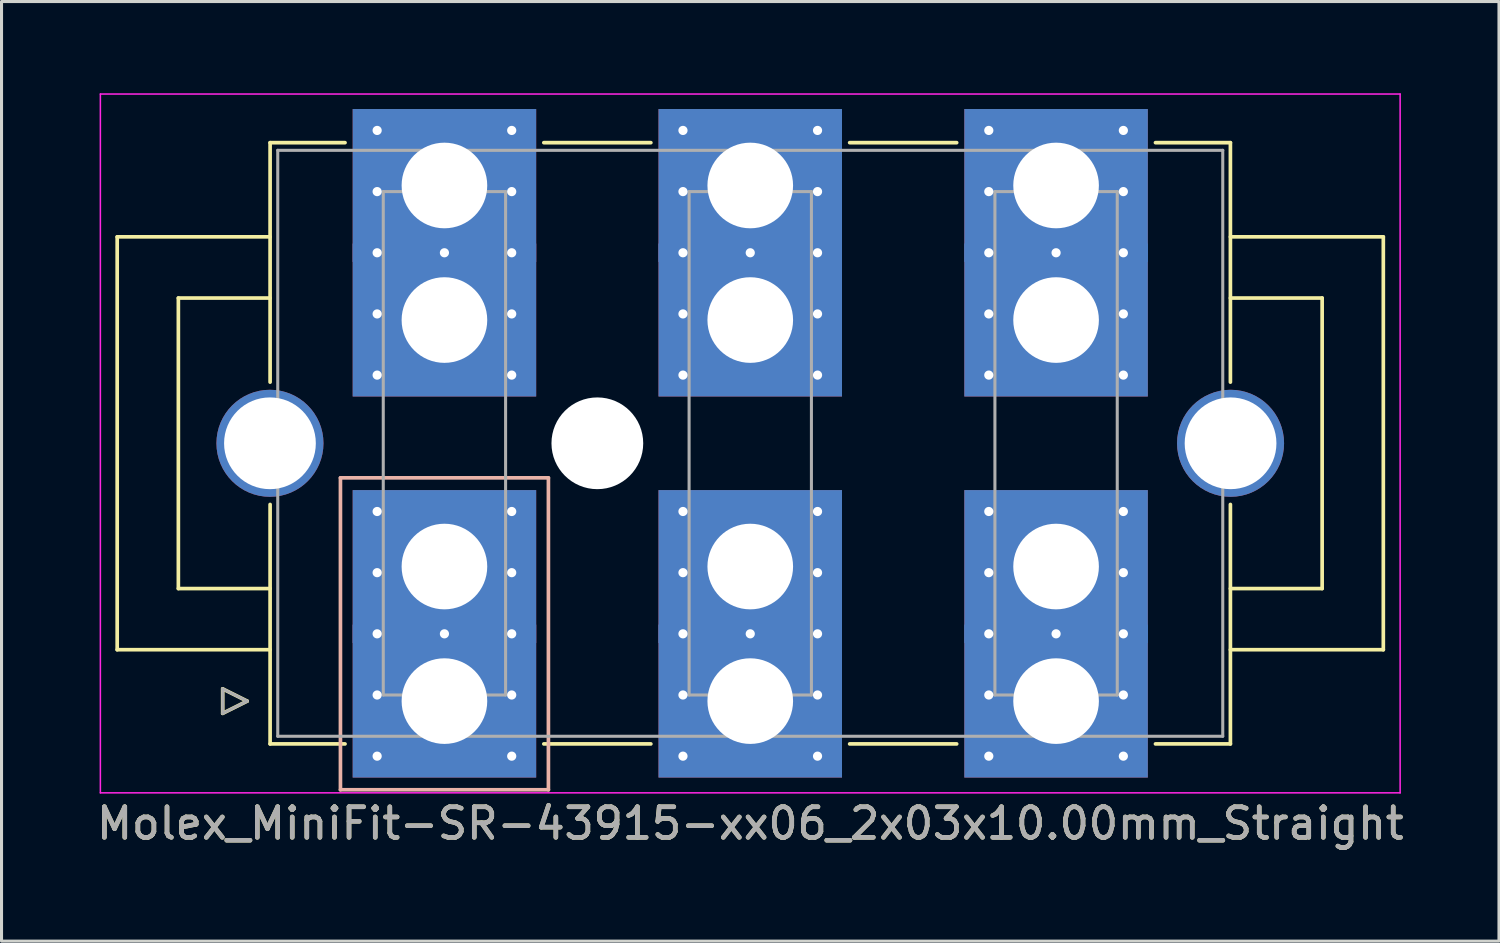
<source format=kicad_pcb>
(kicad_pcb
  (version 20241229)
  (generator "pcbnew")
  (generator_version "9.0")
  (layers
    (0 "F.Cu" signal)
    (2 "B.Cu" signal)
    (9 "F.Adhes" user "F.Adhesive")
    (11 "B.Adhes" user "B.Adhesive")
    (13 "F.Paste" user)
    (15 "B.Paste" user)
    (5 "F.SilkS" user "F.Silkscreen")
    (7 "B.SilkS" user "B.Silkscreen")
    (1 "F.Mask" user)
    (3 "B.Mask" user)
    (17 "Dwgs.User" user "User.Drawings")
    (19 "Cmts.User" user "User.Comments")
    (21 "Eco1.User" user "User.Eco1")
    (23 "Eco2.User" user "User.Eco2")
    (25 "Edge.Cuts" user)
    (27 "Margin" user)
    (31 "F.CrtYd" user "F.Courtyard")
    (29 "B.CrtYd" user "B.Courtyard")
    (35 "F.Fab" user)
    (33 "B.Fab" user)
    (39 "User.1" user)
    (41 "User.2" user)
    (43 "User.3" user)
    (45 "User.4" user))
  (footprint "Molex_MiniFit-SR-43915-xx06_2x03x10.00mm_Straight"
    (layer "F.Cu")
    (at 11.482 19.875)
    (property "Reference" "Molex_MiniFit-SR-43915-xx06_2x03x10.00mm_Straight" (at 10 4 0) (layer "F.SilkS") (effects (font (size 1 1) (thickness 0.15))))
    (attr through_hole)
    (fp_line (start -10.7 -15.18) (end -10.7 -1.68) (stroke (width 0.12) (type solid)) (layer "F.SilkS"))
    (fp_line (start -10.7 -1.68) (end -5.7 -1.68) (stroke (width 0.12) (type solid)) (layer "F.SilkS"))
    (fp_line (start -8.7 -13.18) (end -8.7 -3.68) (stroke (width 0.12) (type solid)) (layer "F.SilkS"))
    (fp_line (start -8.7 -3.68) (end -5.7 -3.68) (stroke (width 0.12) (type solid)) (layer "F.SilkS"))
    (fp_line (start -7.25 -0.4) (end -7.25 0.4) (stroke (width 0.12) (type solid)) (layer "F.SilkS"))
    (fp_line (start -7.25 0.4) (end -6.45 0) (stroke (width 0.12) (type solid)) (layer "F.SilkS"))
    (fp_line (start -6.45 0) (end -7.25 -0.4) (stroke (width 0.12) (type solid)) (layer "F.SilkS"))
    (fp_line (start -5.7 -18.26) (end -5.7 -10.43) (stroke (width 0.12) (type solid)) (layer "F.SilkS"))
    (fp_line (start -5.7 -15.18) (end -10.7 -15.18) (stroke (width 0.12) (type solid)) (layer "F.SilkS"))
    (fp_line (start -5.7 -13.18) (end -8.7 -13.18) (stroke (width 0.12) (type solid)) (layer "F.SilkS"))
    (fp_line (start -5.7 1.4) (end -5.7 -6.43) (stroke (width 0.12) (type solid)) (layer "F.SilkS"))
    (fp_line (start -3.25 -18.26) (end -5.7 -18.26) (stroke (width 0.12) (type solid)) (layer "F.SilkS"))
    (fp_line (start -3.25 1.4) (end -5.7 1.4) (stroke (width 0.12) (type solid)) (layer "F.SilkS"))
    (fp_line (start 3.25 -18.26) (end 6.75 -18.26) (stroke (width 0.12) (type solid)) (layer "F.SilkS"))
    (fp_line (start 3.25 1.4) (end 6.75 1.4) (stroke (width 0.12) (type solid)) (layer "F.SilkS"))
    (fp_line (start 13.25 -18.26) (end 16.75 -18.26) (stroke (width 0.12) (type solid)) (layer "F.SilkS"))
    (fp_line (start 13.25 1.4) (end 16.75 1.4) (stroke (width 0.12) (type solid)) (layer "F.SilkS"))
    (fp_line (start 23.25 -18.26) (end 25.7 -18.26) (stroke (width 0.12) (type solid)) (layer "F.SilkS"))
    (fp_line (start 23.25 1.4) (end 25.7 1.4) (stroke (width 0.12) (type solid)) (layer "F.SilkS"))
    (fp_line (start 25.7 -18.26) (end 25.7 -10.43) (stroke (width 0.12) (type solid)) (layer "F.SilkS"))
    (fp_line (start 25.7 -15.18) (end 30.7 -15.18) (stroke (width 0.12) (type solid)) (layer "F.SilkS"))
    (fp_line (start 25.7 -13.18) (end 28.7 -13.18) (stroke (width 0.12) (type solid)) (layer "F.SilkS"))
    (fp_line (start 25.7 1.4) (end 25.7 -6.43) (stroke (width 0.12) (type solid)) (layer "F.SilkS"))
    (fp_line (start 28.7 -13.18) (end 28.7 -3.68) (stroke (width 0.12) (type solid)) (layer "F.SilkS"))
    (fp_line (start 28.7 -3.68) (end 25.7 -3.68) (stroke (width 0.12) (type solid)) (layer "F.SilkS"))
    (fp_line (start 30.7 -15.18) (end 30.7 -1.68) (stroke (width 0.12) (type solid)) (layer "F.SilkS"))
    (fp_line (start 30.7 -1.68) (end 25.7 -1.68) (stroke (width 0.12) (type solid)) (layer "F.SilkS"))
    (fp_line (start -3.4 -7.3) (end -3.4 2.9) (stroke (width 0.12) (type solid)) (layer "B.SilkS"))
    (fp_line (start -3.4 2.9) (end 3.4 2.9) (stroke (width 0.12) (type solid)) (layer "B.SilkS"))
    (fp_line (start 3.4 -7.3) (end -3.4 -7.3) (stroke (width 0.12) (type solid)) (layer "B.SilkS"))
    (fp_line (start 3.4 2.9) (end 3.4 -7.3) (stroke (width 0.12) (type solid)) (layer "B.SilkS"))
    (fp_line (start -11.25 -19.85) (end -11.25 3) (stroke (width 0.05) (type solid)) (layer "F.CrtYd"))
    (fp_line (start -11.25 3) (end 31.25 3) (stroke (width 0.05) (type solid)) (layer "F.CrtYd"))
    (fp_line (start 31.25 -19.85) (end -11.25 -19.85) (stroke (width 0.05) (type solid)) (layer "F.CrtYd"))
    (fp_line (start 31.25 3) (end 31.25 -19.85) (stroke (width 0.05) (type solid)) (layer "F.CrtYd"))
    (fp_line (start -7.25 -0.4) (end -7.25 0.4) (stroke (width 0.1) (type solid)) (layer "F.Fab"))
    (fp_line (start -7.25 0.4) (end -6.45 0) (stroke (width 0.1) (type solid)) (layer "F.Fab"))
    (fp_line (start -6.45 0) (end -7.25 -0.4) (stroke (width 0.1) (type solid)) (layer "F.Fab"))
    (fp_line (start -5.45 -18.01) (end -5.45 1.15) (stroke (width 0.1) (type solid)) (layer "F.Fab"))
    (fp_line (start -5.45 1.15) (end 25.45 1.15) (stroke (width 0.1) (type solid)) (layer "F.Fab"))
    (fp_line (start -2 -16.66) (end -2 -0.2) (stroke (width 0.1) (type solid)) (layer "F.Fab"))
    (fp_line (start -2 -0.2) (end 2 -0.2) (stroke (width 0.1) (type solid)) (layer "F.Fab"))
    (fp_line (start 2 -16.66) (end -2 -16.66) (stroke (width 0.1) (type solid)) (layer "F.Fab"))
    (fp_line (start 2 -0.2) (end 2 -16.66) (stroke (width 0.1) (type solid)) (layer "F.Fab"))
    (fp_line (start 8 -16.66) (end 8 -0.2) (stroke (width 0.1) (type solid)) (layer "F.Fab"))
    (fp_line (start 8 -0.2) (end 12 -0.2) (stroke (width 0.1) (type solid)) (layer "F.Fab"))
    (fp_line (start 12 -16.66) (end 8 -16.66) (stroke (width 0.1) (type solid)) (layer "F.Fab"))
    (fp_line (start 12 -0.2) (end 12 -16.66) (stroke (width 0.1) (type solid)) (layer "F.Fab"))
    (fp_line (start 18 -16.66) (end 18 -0.2) (stroke (width 0.1) (type solid)) (layer "F.Fab"))
    (fp_line (start 18 -0.2) (end 22 -0.2) (stroke (width 0.1) (type solid)) (layer "F.Fab"))
    (fp_line (start 22 -16.66) (end 18 -16.66) (stroke (width 0.1) (type solid)) (layer "F.Fab"))
    (fp_line (start 22 -0.2) (end 22 -16.66) (stroke (width 0.1) (type solid)) (layer "F.Fab"))
    (fp_line (start 25.45 -18.01) (end -5.45 -18.01) (stroke (width 0.1) (type solid)) (layer "F.Fab"))
    (fp_line (start 25.45 1.15) (end 25.45 -18.01) (stroke (width 0.1) (type solid)) (layer "F.Fab"))
    (fp_text user "${REFERENCE}" (at 10 4 0) (layer "F.Fab") (effects (font (size 1 1) (thickness 0.15))))
    (pad "" thru_hole circle (at -5.705 -8.43) (size 3.5 3.5) (drill 3) (layers "*.Cu" "*.Mask"))
    (pad "" thru_hole circle (at 0 -14.66) (size 0.5 0.5) (drill 0.3) (layers "*.Cu" "*.Mask"))
    (pad "" thru_hole circle (at 0 -2.2) (size 0.5 0.5) (drill 0.3) (layers "*.Cu" "*.Mask"))
    (pad "" np_thru_hole circle (at 5 -8.43) (size 3 3) (drill 3) (layers "*.Cu" "*.Mask"))
    (pad "" thru_hole circle (at 10 -14.66) (size 0.5 0.5) (drill 0.3) (layers "*.Cu" "*.Mask"))
    (pad "" thru_hole circle (at 10 -2.2) (size 0.5 0.5) (drill 0.3) (layers "*.Cu" "*.Mask"))
    (pad "" thru_hole circle (at 20 -14.66) (size 0.5 0.5) (drill 0.3) (layers "*.Cu" "*.Mask"))
    (pad "" thru_hole circle (at 20 -2.2) (size 0.5 0.5) (drill 0.3) (layers "*.Cu" "*.Mask"))
    (pad "" thru_hole circle (at 25.705 -8.43) (size 3.5 3.5) (drill 3) (layers "*.Cu" "*.Mask"))
    (pad "1" thru_hole rect (at -2.2 -6.2) (size 0.5 0.5) (drill 0.3) (layers "*.Cu" "*.Mask"))
    (pad "1" thru_hole rect (at -2.2 -4.2) (size 0.5 0.5) (drill 0.3) (layers "*.Cu" "*.Mask"))
    (pad "1" thru_hole rect (at -2.2 -2.2) (size 0.5 0.5) (drill 0.3) (layers "*.Cu" "*.Mask"))
    (pad "1" thru_hole rect (at -2.2 -0.2) (size 0.5 0.5) (drill 0.3) (layers "*.Cu" "*.Mask"))
    (pad "1" thru_hole rect (at -2.2 1.8) (size 0.5 0.5) (drill 0.3) (layers "*.Cu" "*.Mask"))
    (pad "1" thru_hole rect (at 0 -4.4) (size 6 5) (drill 2.8) (layers "*.Cu" "*.Mask"))
    (pad "1" thru_hole rect (at 0 0) (size 6 5) (drill 2.8) (layers "*.Cu" "*.Mask"))
    (pad "1" thru_hole rect (at 2.2 -6.2) (size 0.5 0.5) (drill 0.3) (layers "*.Cu" "*.Mask"))
    (pad "1" thru_hole rect (at 2.2 -4.2) (size 0.5 0.5) (drill 0.3) (layers "*.Cu" "*.Mask"))
    (pad "1" thru_hole rect (at 2.2 -2.2) (size 0.5 0.5) (drill 0.3) (layers "*.Cu" "*.Mask"))
    (pad "1" thru_hole rect (at 2.2 -0.2) (size 0.5 0.5) (drill 0.3) (layers "*.Cu" "*.Mask"))
    (pad "1" thru_hole rect (at 2.2 1.8) (size 0.5 0.5) (drill 0.3) (layers "*.Cu" "*.Mask"))
    (pad "2" thru_hole circle (at 7.8 -6.2) (size 0.5 0.5) (drill 0.3) (layers "*.Cu" "*.Mask"))
    (pad "2" thru_hole circle (at 7.8 -4.2) (size 0.5 0.5) (drill 0.3) (layers "*.Cu" "*.Mask"))
    (pad "2" thru_hole circle (at 7.8 -2.2) (size 0.5 0.5) (drill 0.3) (layers "*.Cu" "*.Mask"))
    (pad "2" thru_hole circle (at 7.8 -0.2) (size 0.5 0.5) (drill 0.3) (layers "*.Cu" "*.Mask"))
    (pad "2" thru_hole circle (at 7.8 1.8) (size 0.5 0.5) (drill 0.3) (layers "*.Cu" "*.Mask"))
    (pad "2" thru_hole rect (at 10 -4.4) (size 6 5) (drill 2.8) (layers "*.Cu" "*.Mask"))
    (pad "2" thru_hole rect (at 10 0) (size 6 5) (drill 2.8) (layers "*.Cu" "*.Mask"))
    (pad "2" thru_hole circle (at 12.2 -6.2) (size 0.5 0.5) (drill 0.3) (layers "*.Cu" "*.Mask"))
    (pad "2" thru_hole circle (at 12.2 -4.2) (size 0.5 0.5) (drill 0.3) (layers "*.Cu" "*.Mask"))
    (pad "2" thru_hole circle (at 12.2 -2.2) (size 0.5 0.5) (drill 0.3) (layers "*.Cu" "*.Mask"))
    (pad "2" thru_hole circle (at 12.2 -0.2) (size 0.5 0.5) (drill 0.3) (layers "*.Cu" "*.Mask"))
    (pad "2" thru_hole circle (at 12.2 1.8) (size 0.5 0.5) (drill 0.3) (layers "*.Cu" "*.Mask"))
    (pad "3" thru_hole circle (at 17.8 -6.2) (size 0.5 0.5) (drill 0.3) (layers "*.Cu" "*.Mask"))
    (pad "3" thru_hole circle (at 17.8 -4.2) (size 0.5 0.5) (drill 0.3) (layers "*.Cu" "*.Mask"))
    (pad "3" thru_hole circle (at 17.8 -2.2) (size 0.5 0.5) (drill 0.3) (layers "*.Cu" "*.Mask"))
    (pad "3" thru_hole circle (at 17.8 -0.2) (size 0.5 0.5) (drill 0.3) (layers "*.Cu" "*.Mask"))
    (pad "3" thru_hole circle (at 17.8 1.8) (size 0.5 0.5) (drill 0.3) (layers "*.Cu" "*.Mask"))
    (pad "3" thru_hole rect (at 20 -4.4) (size 6 5) (drill 2.8) (layers "*.Cu" "*.Mask"))
    (pad "3" thru_hole rect (at 20 0) (size 6 5) (drill 2.8) (layers "*.Cu" "*.Mask"))
    (pad "3" thru_hole circle (at 22.2 -6.2) (size 0.5 0.5) (drill 0.3) (layers "*.Cu" "*.Mask"))
    (pad "3" thru_hole circle (at 22.2 -4.2) (size 0.5 0.5) (drill 0.3) (layers "*.Cu" "*.Mask"))
    (pad "3" thru_hole circle (at 22.2 -2.2) (size 0.5 0.5) (drill 0.3) (layers "*.Cu" "*.Mask"))
    (pad "3" thru_hole circle (at 22.2 -0.2) (size 0.5 0.5) (drill 0.3) (layers "*.Cu" "*.Mask"))
    (pad "3" thru_hole circle (at 22.2 1.8) (size 0.5 0.5) (drill 0.3) (layers "*.Cu" "*.Mask"))
    (pad "4" thru_hole circle (at -2.2 -18.66) (size 0.5 0.5) (drill 0.3) (layers "*.Cu" "*.Mask"))
    (pad "4" thru_hole circle (at -2.2 -16.66) (size 0.5 0.5) (drill 0.3) (layers "*.Cu" "*.Mask"))
    (pad "4" thru_hole circle (at -2.2 -14.66) (size 0.5 0.5) (drill 0.3) (layers "*.Cu" "*.Mask"))
    (pad "4" thru_hole circle (at -2.2 -12.66) (size 0.5 0.5) (drill 0.3) (layers "*.Cu" "*.Mask"))
    (pad "4" thru_hole circle (at -2.2 -10.66) (size 0.5 0.5) (drill 0.3) (layers "*.Cu" "*.Mask"))
    (pad "4" thru_hole rect (at 0 -16.86) (size 6 5) (drill 2.8) (layers "*.Cu" "*.Mask"))
    (pad "4" thru_hole rect (at 0 -12.46) (size 6 5) (drill 2.8) (layers "*.Cu" "*.Mask"))
    (pad "4" thru_hole circle (at 2.2 -18.66) (size 0.5 0.5) (drill 0.3) (layers "*.Cu" "*.Mask"))
    (pad "4" thru_hole circle (at 2.2 -16.66) (size 0.5 0.5) (drill 0.3) (layers "*.Cu" "*.Mask"))
    (pad "4" thru_hole circle (at 2.2 -14.66) (size 0.5 0.5) (drill 0.3) (layers "*.Cu" "*.Mask"))
    (pad "4" thru_hole circle (at 2.2 -12.66) (size 0.5 0.5) (drill 0.3) (layers "*.Cu" "*.Mask"))
    (pad "4" thru_hole circle (at 2.2 -10.66) (size 0.5 0.5) (drill 0.3) (layers "*.Cu" "*.Mask"))
    (pad "5" thru_hole circle (at 7.8 -18.66) (size 0.5 0.5) (drill 0.3) (layers "*.Cu" "*.Mask"))
    (pad "5" thru_hole circle (at 7.8 -16.66) (size 0.5 0.5) (drill 0.3) (layers "*.Cu" "*.Mask"))
    (pad "5" thru_hole circle (at 7.8 -14.66) (size 0.5 0.5) (drill 0.3) (layers "*.Cu" "*.Mask"))
    (pad "5" thru_hole circle (at 7.8 -12.66) (size 0.5 0.5) (drill 0.3) (layers "*.Cu" "*.Mask"))
    (pad "5" thru_hole circle (at 7.8 -10.66) (size 0.5 0.5) (drill 0.3) (layers "*.Cu" "*.Mask"))
    (pad "5" thru_hole rect (at 10 -16.86) (size 6 5) (drill 2.8) (layers "*.Cu" "*.Mask"))
    (pad "5" thru_hole rect (at 10 -12.46) (size 6 5) (drill 2.8) (layers "*.Cu" "*.Mask"))
    (pad "5" thru_hole circle (at 12.2 -18.66) (size 0.5 0.5) (drill 0.3) (layers "*.Cu" "*.Mask"))
    (pad "5" thru_hole circle (at 12.2 -16.66) (size 0.5 0.5) (drill 0.3) (layers "*.Cu" "*.Mask"))
    (pad "5" thru_hole circle (at 12.2 -14.66) (size 0.5 0.5) (drill 0.3) (layers "*.Cu" "*.Mask"))
    (pad "5" thru_hole circle (at 12.2 -12.66) (size 0.5 0.5) (drill 0.3) (layers "*.Cu" "*.Mask"))
    (pad "5" thru_hole circle (at 12.2 -10.66) (size 0.5 0.5) (drill 0.3) (layers "*.Cu" "*.Mask"))
    (pad "6" thru_hole circle (at 17.8 -18.66) (size 0.5 0.5) (drill 0.3) (layers "*.Cu" "*.Mask"))
    (pad "6" thru_hole circle (at 17.8 -16.66) (size 0.5 0.5) (drill 0.3) (layers "*.Cu" "*.Mask"))
    (pad "6" thru_hole circle (at 17.8 -14.66) (size 0.5 0.5) (drill 0.3) (layers "*.Cu" "*.Mask"))
    (pad "6" thru_hole circle (at 17.8 -12.66) (size 0.5 0.5) (drill 0.3) (layers "*.Cu" "*.Mask"))
    (pad "6" thru_hole circle (at 17.8 -10.66) (size 0.5 0.5) (drill 0.3) (layers "*.Cu" "*.Mask"))
    (pad "6" thru_hole rect (at 20 -16.86) (size 6 5) (drill 2.8) (layers "*.Cu" "*.Mask"))
    (pad "6" thru_hole rect (at 20 -12.46) (size 6 5) (drill 2.8) (layers "*.Cu" "*.Mask"))
    (pad "6" thru_hole circle (at 22.2 -18.66) (size 0.5 0.5) (drill 0.3) (layers "*.Cu" "*.Mask"))
    (pad "6" thru_hole circle (at 22.2 -16.66) (size 0.5 0.5) (drill 0.3) (layers "*.Cu" "*.Mask"))
    (pad "6" thru_hole circle (at 22.2 -14.66) (size 0.5 0.5) (drill 0.3) (layers "*.Cu" "*.Mask"))
    (pad "6" thru_hole circle (at 22.2 -12.66) (size 0.5 0.5) (drill 0.3) (layers "*.Cu" "*.Mask"))
    (pad "6" thru_hole circle (at 22.2 -10.66) (size 0.5 0.5) (drill 0.3) (layers "*.Cu" "*.Mask")))
  (gr_rect
    (start -3 -3)
    (end 45.964 27.723)
    (stroke (width 0.1) (type default))
    (fill no)
    (layer "Edge.Cuts")))
</source>
